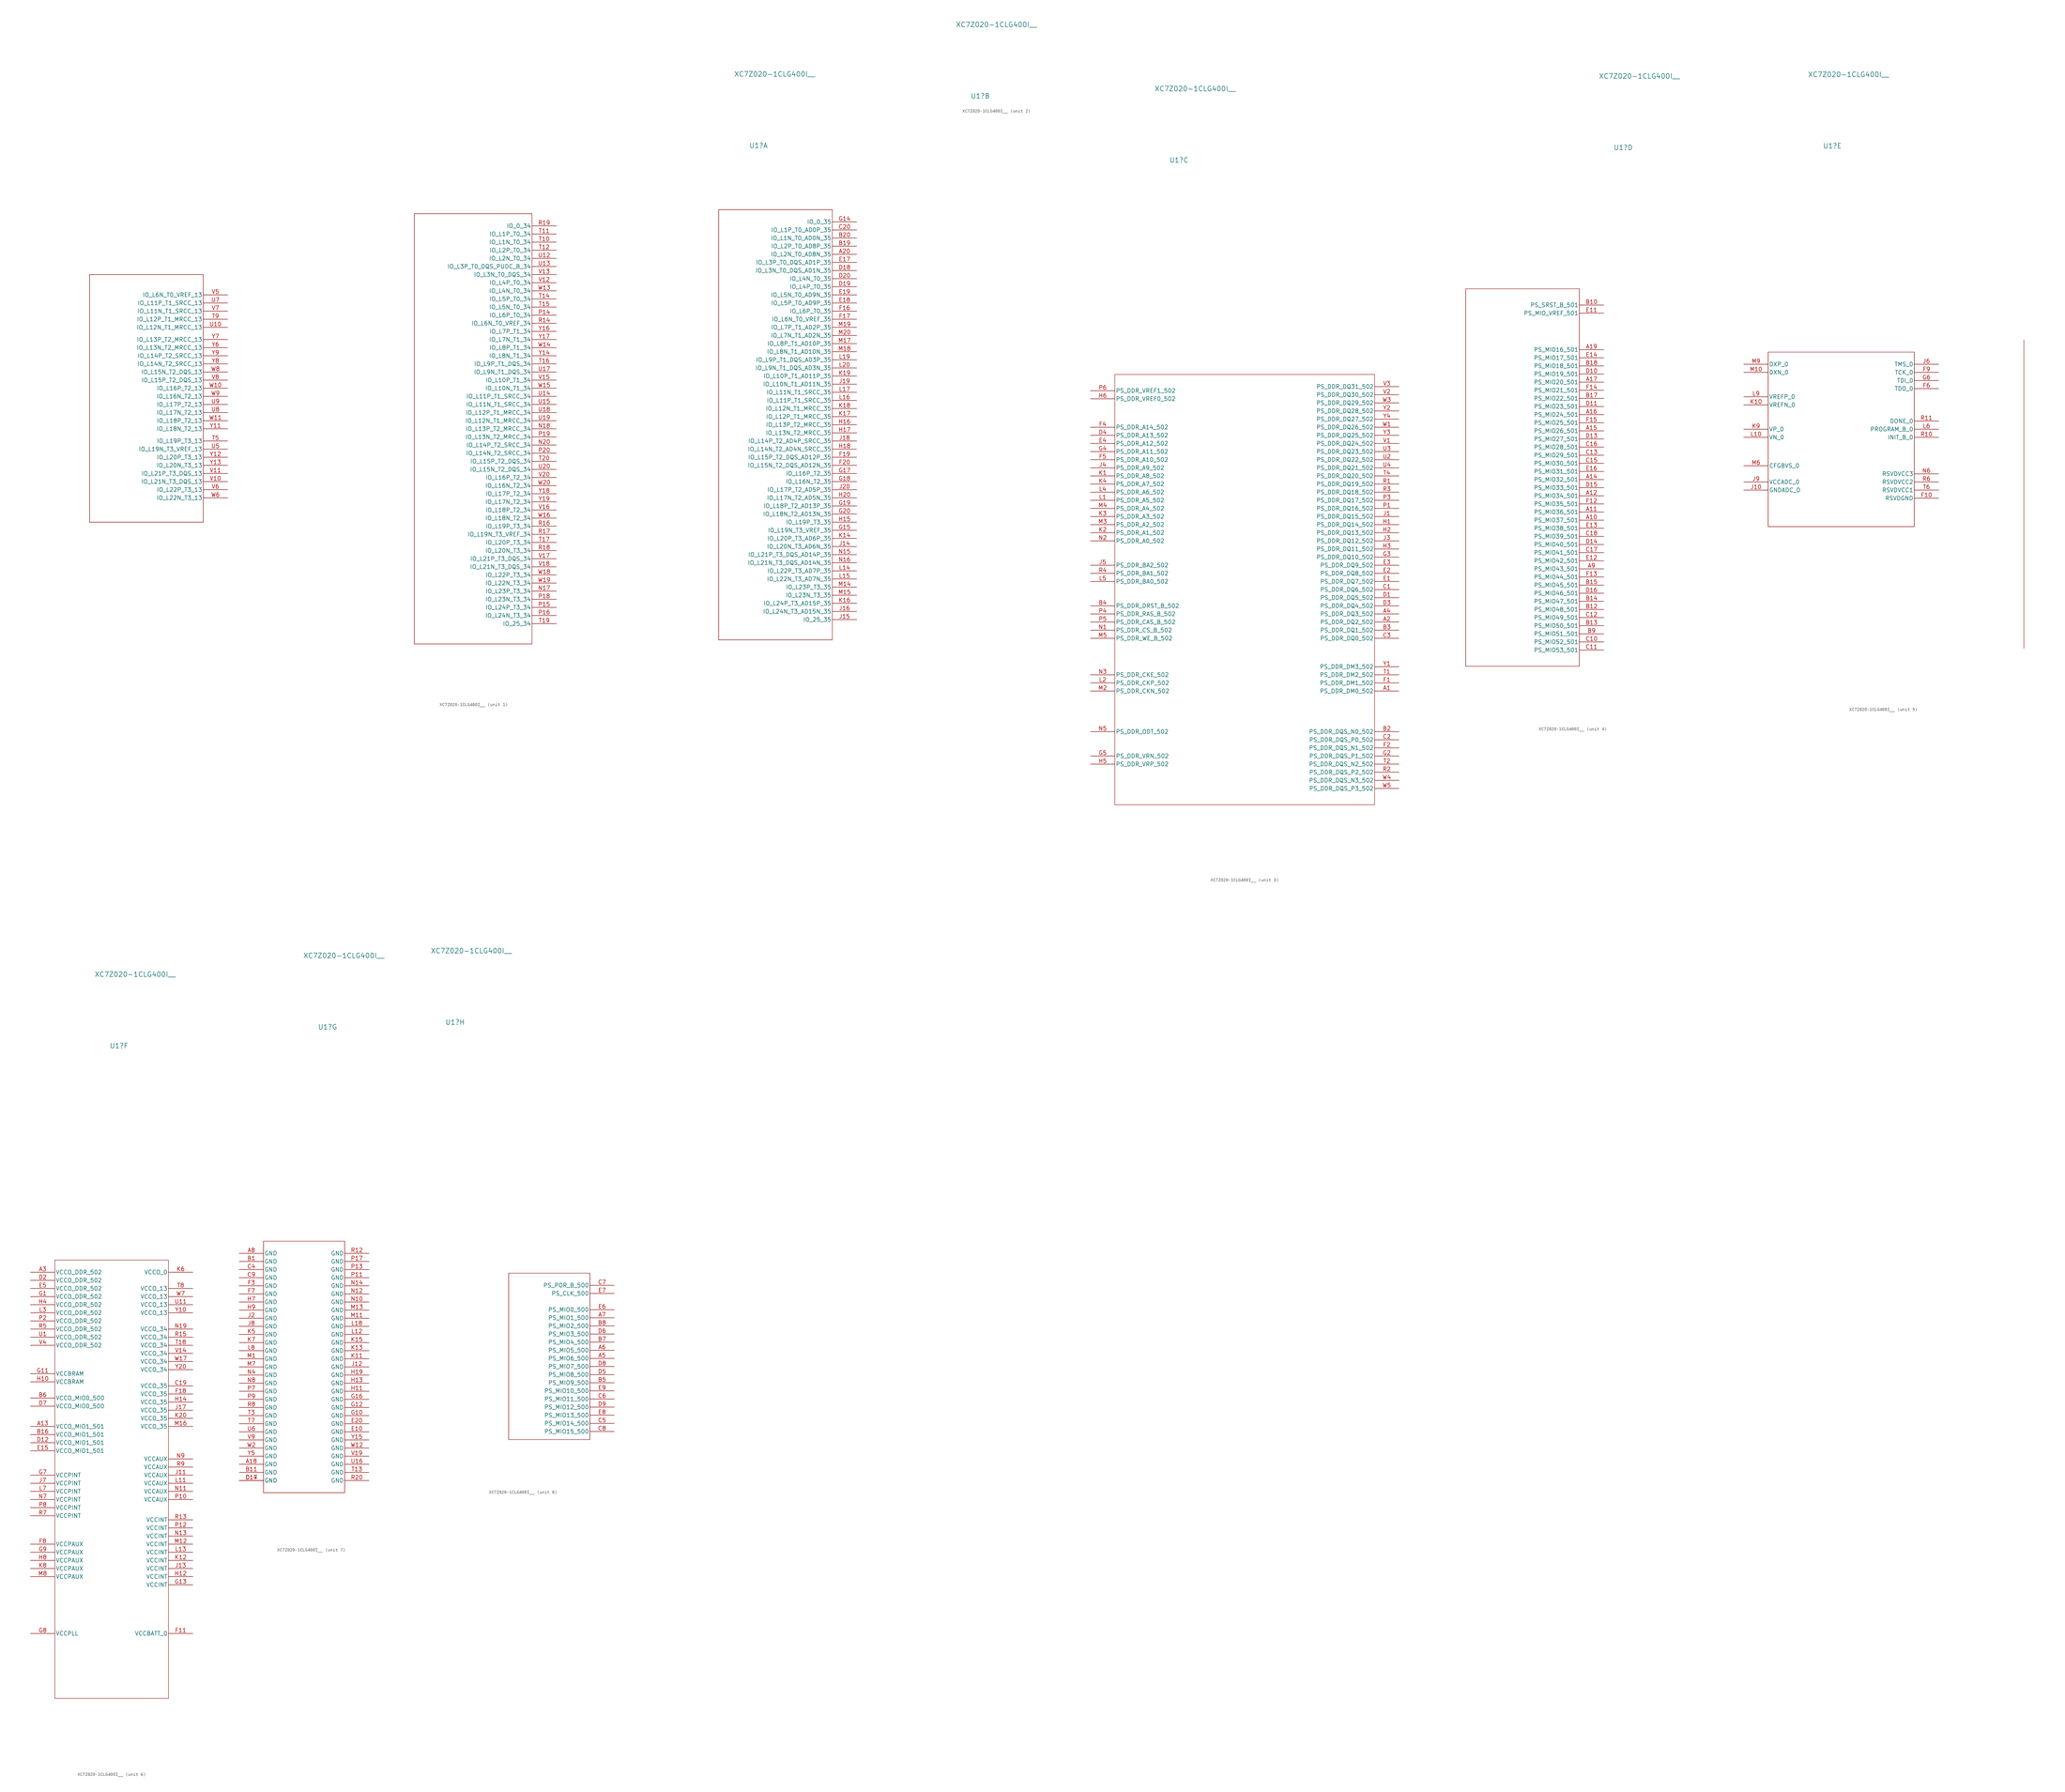
<source format=kicad_sym>
(kicad_symbol_lib
  (version 20231120)
  (generator "kicad_symbol_editor")
  (generator_version "8.0")
  (symbol "XC7Z020-1CLG400I__"
    (pin_names
      (offset 0.254))
    (property "Reference" "U1"
      (at 27.686 72.136 0)
      (effects (font (size 1.524 1.524))))
    (property "Value" "XC7Z020-1CLG400I__"
      (at 32.766 94.488 0)
      (effects (font (size 1.524 1.524))))
    (property "ki_locked" ""
      (at 0 0 0)
      (effects (font (size 1.27 1.27))))
    (symbol "XC7Z020-1CLG400I___1_1"
      (polyline (pts (xy -181.61 -45.72) (xy -146.05 -45.72)) (stroke (width 0) (type default)) (fill (type none)))
      (polyline (pts (xy -181.61 31.75) (xy -181.61 -45.72)) (stroke (width 0) (type default)) (fill (type none)))
      (polyline (pts (xy -181.61 31.75) (xy -146.05 31.75)) (stroke (width 0) (type default)) (fill (type none)))
      (polyline (pts (xy -146.05 31.75) (xy -146.05 -45.72)) (stroke (width 0) (type default)) (fill (type none)))
      (polyline (pts (xy -80.01 -83.82) (xy -43.18 -83.82)) (stroke (width 0) (type default)) (fill (type none)))
      (polyline (pts (xy -80.01 50.8) (xy -80.01 -83.82)) (stroke (width 0) (type default)) (fill (type none)))
      (polyline (pts (xy -80.01 50.8) (xy -80.01 50.8)) (stroke (width 0) (type default)) (fill (type none)))
      (polyline (pts (xy -43.18 50.8) (xy -80.01 50.8)) (stroke (width 0) (type default)) (fill (type none)))
      (polyline (pts (xy -43.18 50.8) (xy -43.18 -83.82)) (stroke (width 0.127) (type default)) (fill (type none)))
      (polyline (pts (xy 15.24 52.07) (xy 15.24 -82.55)) (stroke (width 0) (type default)) (fill (type none)))
      (polyline (pts (xy 50.8 -82.55) (xy 15.24 -82.55)) (stroke (width 0) (type default)) (fill (type none)))
      (polyline (pts (xy 50.8 -82.55) (xy 50.8 52.07)) (stroke (width 0.127) (type default)) (fill (type none)))
      (polyline (pts (xy 50.8 52.07) (xy 15.24 52.07)) (stroke (width 0) (type default)) (fill (type none)))
      (pin bidirectional line (at 58.42 38.1 180) (length 7.62) (name "IO_L2N_T0_AD8N_35" (effects (font (size 1.27 1.27)))) (number "A20" (effects (font (size 1.27 1.27)))))
      (pin bidirectional line (at 58.42 40.64 180) (length 7.62) (name "IO_L2P_T0_AD8P_35" (effects (font (size 1.27 1.27)))) (number "B19" (effects (font (size 1.27 1.27)))))
      (pin bidirectional line (at 58.42 43.18 180) (length 7.62) (name "IO_L1N_T0_AD0N_35" (effects (font (size 1.27 1.27)))) (number "B20" (effects (font (size 1.27 1.27)))))
      (pin bidirectional line (at 58.42 45.72 180) (length 7.62) (name "IO_L1P_T0_AD0P_35" (effects (font (size 1.27 1.27)))) (number "C20" (effects (font (size 1.27 1.27)))))
      (pin bidirectional line (at 58.42 33.02 180) (length 7.62) (name "IO_L3N_T0_DQS_AD1N_35" (effects (font (size 1.27 1.27)))) (number "D18" (effects (font (size 1.27 1.27)))))
      (pin bidirectional line (at 58.42 27.94 180) (length 7.62) (name "IO_L4P_T0_35" (effects (font (size 1.27 1.27)))) (number "D19" (effects (font (size 1.27 1.27)))))
      (pin bidirectional line (at 58.42 30.48 180) (length 7.62) (name "IO_L4N_T0_35" (effects (font (size 1.27 1.27)))) (number "D20" (effects (font (size 1.27 1.27)))))
      (pin bidirectional line (at 58.42 35.56 180) (length 7.62) (name "IO_L3P_T0_DQS_AD1P_35" (effects (font (size 1.27 1.27)))) (number "E17" (effects (font (size 1.27 1.27)))))
      (pin bidirectional line (at 58.42 22.86 180) (length 7.62) (name "IO_L5P_T0_AD9P_35" (effects (font (size 1.27 1.27)))) (number "E18" (effects (font (size 1.27 1.27)))))
      (pin bidirectional line (at 58.42 25.4 180) (length 7.62) (name "IO_L5N_T0_AD9N_35" (effects (font (size 1.27 1.27)))) (number "E19" (effects (font (size 1.27 1.27)))))
      (pin bidirectional line (at 58.42 20.32 180) (length 7.62) (name "IO_L6P_T0_35" (effects (font (size 1.27 1.27)))) (number "F16" (effects (font (size 1.27 1.27)))))
      (pin bidirectional line (at 58.42 17.78 180) (length 7.62) (name "IO_L6N_T0_VREF_35" (effects (font (size 1.27 1.27)))) (number "F17" (effects (font (size 1.27 1.27)))))
      (pin bidirectional line (at 58.42 -25.4 180) (length 7.62) (name "IO_L15P_T2_DQS_AD12P_35" (effects (font (size 1.27 1.27)))) (number "F19" (effects (font (size 1.27 1.27)))))
      (pin bidirectional line (at 58.42 -27.94 180) (length 7.62) (name "IO_L15N_T2_DQS_AD12N_35" (effects (font (size 1.27 1.27)))) (number "F20" (effects (font (size 1.27 1.27)))))
      (pin bidirectional line (at 58.42 48.26 180) (length 7.62) (name "IO_0_35" (effects (font (size 1.27 1.27)))) (number "G14" (effects (font (size 1.27 1.27)))))
      (pin bidirectional line (at 58.42 -48.26 180) (length 7.62) (name "IO_L19N_T3_VREF_35" (effects (font (size 1.27 1.27)))) (number "G15" (effects (font (size 1.27 1.27)))))
      (pin bidirectional line (at 58.42 -30.48 180) (length 7.62) (name "IO_L16P_T2_35" (effects (font (size 1.27 1.27)))) (number "G17" (effects (font (size 1.27 1.27)))))
      (pin bidirectional line (at 58.42 -33.02 180) (length 7.62) (name "IO_L16N_T2_35" (effects (font (size 1.27 1.27)))) (number "G18" (effects (font (size 1.27 1.27)))))
      (pin bidirectional line (at 58.42 -40.64 180) (length 7.62) (name "IO_L18P_T2_AD13P_35" (effects (font (size 1.27 1.27)))) (number "G19" (effects (font (size 1.27 1.27)))))
      (pin bidirectional line (at 58.42 -43.18 180) (length 7.62) (name "IO_L18N_T2_AD13N_35" (effects (font (size 1.27 1.27)))) (number "G20" (effects (font (size 1.27 1.27)))))
      (pin bidirectional line (at 58.42 -45.72 180) (length 7.62) (name "IO_L19P_T3_35" (effects (font (size 1.27 1.27)))) (number "H15" (effects (font (size 1.27 1.27)))))
      (pin bidirectional line (at 58.42 -15.24 180) (length 7.62) (name "IO_L13P_T2_MRCC_35" (effects (font (size 1.27 1.27)))) (number "H16" (effects (font (size 1.27 1.27)))))
      (pin bidirectional line (at 58.42 -17.78 180) (length 7.62) (name "IO_L13N_T2_MRCC_35" (effects (font (size 1.27 1.27)))) (number "H17" (effects (font (size 1.27 1.27)))))
      (pin bidirectional line (at 58.42 -22.86 180) (length 7.62) (name "IO_L14N_T2_AD4N_SRCC_35" (effects (font (size 1.27 1.27)))) (number "H18" (effects (font (size 1.27 1.27)))))
      (pin bidirectional line (at 58.42 -38.1 180) (length 7.62) (name "IO_L17N_T2_AD5N_35" (effects (font (size 1.27 1.27)))) (number "H20" (effects (font (size 1.27 1.27)))))
      (pin bidirectional line (at 58.42 -53.34 180) (length 7.62) (name "IO_L20N_T3_AD6N_35" (effects (font (size 1.27 1.27)))) (number "J14" (effects (font (size 1.27 1.27)))))
      (pin bidirectional line (at 58.42 -76.2 180) (length 7.62) (name "IO_25_35" (effects (font (size 1.27 1.27)))) (number "J15" (effects (font (size 1.27 1.27)))))
      (pin bidirectional line (at 58.42 -73.66 180) (length 7.62) (name "IO_L24N_T3_AD15N_35" (effects (font (size 1.27 1.27)))) (number "J16" (effects (font (size 1.27 1.27)))))
      (pin bidirectional line (at 58.42 -20.32 180) (length 7.62) (name "IO_L14P_T2_AD4P_SRCC_35" (effects (font (size 1.27 1.27)))) (number "J18" (effects (font (size 1.27 1.27)))))
      (pin bidirectional line (at 58.42 -2.54 180) (length 7.62) (name "IO_L10N_T1_AD11N_35" (effects (font (size 1.27 1.27)))) (number "J19" (effects (font (size 1.27 1.27)))))
      (pin bidirectional line (at 58.42 -35.56 180) (length 7.62) (name "IO_L17P_T2_AD5P_35" (effects (font (size 1.27 1.27)))) (number "J20" (effects (font (size 1.27 1.27)))))
      (pin bidirectional line (at 58.42 -50.8 180) (length 7.62) (name "IO_L20P_T3_AD6P_35" (effects (font (size 1.27 1.27)))) (number "K14" (effects (font (size 1.27 1.27)))))
      (pin bidirectional line (at 58.42 -71.12 180) (length 7.62) (name "IO_L24P_T3_AD15P_35" (effects (font (size 1.27 1.27)))) (number "K16" (effects (font (size 1.27 1.27)))))
      (pin bidirectional line (at 58.42 -12.7 180) (length 7.62) (name "IO_L12P_T1_MRCC_35" (effects (font (size 1.27 1.27)))) (number "K17" (effects (font (size 1.27 1.27)))))
      (pin bidirectional line (at 58.42 -10.16 180) (length 7.62) (name "IO_L12N_T1_MRCC_35" (effects (font (size 1.27 1.27)))) (number "K18" (effects (font (size 1.27 1.27)))))
      (pin bidirectional line (at 58.42 0 180) (length 7.62) (name "IO_L10P_T1_AD11P_35" (effects (font (size 1.27 1.27)))) (number "K19" (effects (font (size 1.27 1.27)))))
      (pin bidirectional line (at 58.42 -60.96 180) (length 7.62) (name "IO_L22P_T3_AD7P_35" (effects (font (size 1.27 1.27)))) (number "L14" (effects (font (size 1.27 1.27)))))
      (pin bidirectional line (at 58.42 -63.5 180) (length 7.62) (name "IO_L22N_T3_AD7N_35" (effects (font (size 1.27 1.27)))) (number "L15" (effects (font (size 1.27 1.27)))))
      (pin bidirectional line (at 58.42 -7.62 180) (length 7.62) (name "IO_L11P_T1_SRCC_35" (effects (font (size 1.27 1.27)))) (number "L16" (effects (font (size 1.27 1.27)))))
      (pin bidirectional line (at 58.42 -5.08 180) (length 7.62) (name "IO_L11N_T1_SRCC_35" (effects (font (size 1.27 1.27)))) (number "L17" (effects (font (size 1.27 1.27)))))
      (pin bidirectional line (at 58.42 5.08 180) (length 7.62) (name "IO_L9P_T1_DQS_AD3P_35" (effects (font (size 1.27 1.27)))) (number "L19" (effects (font (size 1.27 1.27)))))
      (pin bidirectional line (at 58.42 2.54 180) (length 7.62) (name "IO_L9N_T1_DQS_AD3N_35" (effects (font (size 1.27 1.27)))) (number "L20" (effects (font (size 1.27 1.27)))))
      (pin bidirectional line (at 58.42 -66.04 180) (length 7.62) (name "IO_L23P_T3_35" (effects (font (size 1.27 1.27)))) (number "M14" (effects (font (size 1.27 1.27)))))
      (pin bidirectional line (at 58.42 -68.58 180) (length 7.62) (name "IO_L23N_T3_35" (effects (font (size 1.27 1.27)))) (number "M15" (effects (font (size 1.27 1.27)))))
      (pin bidirectional line (at 58.42 10.16 180) (length 7.62) (name "IO_L8P_T1_AD10P_35" (effects (font (size 1.27 1.27)))) (number "M17" (effects (font (size 1.27 1.27)))))
      (pin bidirectional line (at 58.42 7.62 180) (length 7.62) (name "IO_L8N_T1_AD10N_35" (effects (font (size 1.27 1.27)))) (number "M18" (effects (font (size 1.27 1.27)))))
      (pin bidirectional line (at 58.42 15.24 180) (length 7.62) (name "IO_L7P_T1_AD2P_35" (effects (font (size 1.27 1.27)))) (number "M19" (effects (font (size 1.27 1.27)))))
      (pin bidirectional line (at 58.42 12.7 180) (length 7.62) (name "IO_L7N_T1_AD2N_35" (effects (font (size 1.27 1.27)))) (number "M20" (effects (font (size 1.27 1.27)))))
      (pin bidirectional line (at 58.42 -55.88 180) (length 7.62) (name "IO_L21P_T3_DQS_AD14P_35" (effects (font (size 1.27 1.27)))) (number "N15" (effects (font (size 1.27 1.27)))))
      (pin bidirectional line (at 58.42 -58.42 180) (length 7.62) (name "IO_L21N_T3_DQS_AD14N_35" (effects (font (size 1.27 1.27)))) (number "N16" (effects (font (size 1.27 1.27)))))
      (pin bidirectional line (at -35.56 -67.31 180) (length 7.62) (name "IO_L23P_T3_34" (effects (font (size 1.27 1.27)))) (number "N17" (effects (font (size 1.27 1.27)))))
      (pin bidirectional line (at -35.56 -16.51 180) (length 7.62) (name "IO_L13P_T2_MRCC_34" (effects (font (size 1.27 1.27)))) (number "N18" (effects (font (size 1.27 1.27)))))
      (pin bidirectional line (at -35.56 -21.59 180) (length 7.62) (name "IO_L14P_T2_SRCC_34" (effects (font (size 1.27 1.27)))) (number "N20" (effects (font (size 1.27 1.27)))))
      (pin bidirectional line (at -35.56 19.05 180) (length 7.62) (name "IO_L6P_T0_34" (effects (font (size 1.27 1.27)))) (number "P14" (effects (font (size 1.27 1.27)))))
      (pin bidirectional line (at -35.56 -72.39 180) (length 7.62) (name "IO_L24P_T3_34" (effects (font (size 1.27 1.27)))) (number "P15" (effects (font (size 1.27 1.27)))))
      (pin bidirectional line (at -35.56 -74.93 180) (length 7.62) (name "IO_L24N_T3_34" (effects (font (size 1.27 1.27)))) (number "P16" (effects (font (size 1.27 1.27)))))
      (pin bidirectional line (at -35.56 -69.85 180) (length 7.62) (name "IO_L23N_T3_34" (effects (font (size 1.27 1.27)))) (number "P18" (effects (font (size 1.27 1.27)))))
      (pin bidirectional line (at -35.56 -19.05 180) (length 7.62) (name "IO_L13N_T2_MRCC_34" (effects (font (size 1.27 1.27)))) (number "P19" (effects (font (size 1.27 1.27)))))
      (pin bidirectional line (at -35.56 -24.13 180) (length 7.62) (name "IO_L14N_T2_SRCC_34" (effects (font (size 1.27 1.27)))) (number "P20" (effects (font (size 1.27 1.27)))))
      (pin bidirectional line (at -35.56 16.51 180) (length 7.62) (name "IO_L6N_T0_VREF_34" (effects (font (size 1.27 1.27)))) (number "R14" (effects (font (size 1.27 1.27)))))
      (pin bidirectional line (at -35.56 -46.99 180) (length 7.62) (name "IO_L19P_T3_34" (effects (font (size 1.27 1.27)))) (number "R16" (effects (font (size 1.27 1.27)))))
      (pin bidirectional line (at -35.56 -49.53 180) (length 7.62) (name "IO_L19N_T3_VREF_34" (effects (font (size 1.27 1.27)))) (number "R17" (effects (font (size 1.27 1.27)))))
      (pin bidirectional line (at -35.56 -54.61 180) (length 7.62) (name "IO_L20N_T3_34" (effects (font (size 1.27 1.27)))) (number "R18" (effects (font (size 1.27 1.27)))))
      (pin bidirectional line (at -35.56 46.99 180) (length 7.62) (name "IO_0_34" (effects (font (size 1.27 1.27)))) (number "R19" (effects (font (size 1.27 1.27)))))
      (pin bidirectional line (at -35.56 41.91 180) (length 7.62) (name "IO_L1N_T0_34" (effects (font (size 1.27 1.27)))) (number "T10" (effects (font (size 1.27 1.27)))))
      (pin bidirectional line (at -35.56 44.45 180) (length 7.62) (name "IO_L1P_T0_34" (effects (font (size 1.27 1.27)))) (number "T11" (effects (font (size 1.27 1.27)))))
      (pin bidirectional line (at -35.56 39.37 180) (length 7.62) (name "IO_L2P_T0_34" (effects (font (size 1.27 1.27)))) (number "T12" (effects (font (size 1.27 1.27)))))
      (pin bidirectional line (at -35.56 24.13 180) (length 7.62) (name "IO_L5P_T0_34" (effects (font (size 1.27 1.27)))) (number "T14" (effects (font (size 1.27 1.27)))))
      (pin bidirectional line (at -35.56 21.59 180) (length 7.62) (name "IO_L5N_T0_34" (effects (font (size 1.27 1.27)))) (number "T15" (effects (font (size 1.27 1.27)))))
      (pin bidirectional line (at -35.56 3.81 180) (length 7.62) (name "IO_L9P_T1_DQS_34" (effects (font (size 1.27 1.27)))) (number "T16" (effects (font (size 1.27 1.27)))))
      (pin bidirectional line (at -35.56 -52.07 180) (length 7.62) (name "IO_L20P_T3_34" (effects (font (size 1.27 1.27)))) (number "T17" (effects (font (size 1.27 1.27)))))
      (pin bidirectional line (at -35.56 -77.47 180) (length 7.62) (name "IO_25_34" (effects (font (size 1.27 1.27)))) (number "T19" (effects (font (size 1.27 1.27)))))
      (pin bidirectional line (at -35.56 -26.67 180) (length 7.62) (name "IO_L15P_T2_DQS_34" (effects (font (size 1.27 1.27)))) (number "T20" (effects (font (size 1.27 1.27)))))
      (pin bidirectional line (at -138.43 -20.32 180) (length 7.62) (name "IO_L19P_T3_13" (effects (font (size 1.27 1.27)))) (number "T5" (effects (font (size 1.27 1.27)))))
      (pin bidirectional line (at -138.43 17.78 180) (length 7.62) (name "IO_L12P_T1_MRCC_13" (effects (font (size 1.27 1.27)))) (number "T9" (effects (font (size 1.27 1.27)))))
      (pin bidirectional line (at -138.43 15.24 180) (length 7.62) (name "IO_L12N_T1_MRCC_13" (effects (font (size 1.27 1.27)))) (number "U10" (effects (font (size 1.27 1.27)))))
      (pin bidirectional line (at -35.56 36.83 180) (length 7.62) (name "IO_L2N_T0_34" (effects (font (size 1.27 1.27)))) (number "U12" (effects (font (size 1.27 1.27)))))
      (pin bidirectional line (at -35.56 34.29 180) (length 7.62) (name "IO_L3P_T0_DQS_PUDC_B_34" (effects (font (size 1.27 1.27)))) (number "U13" (effects (font (size 1.27 1.27)))))
      (pin bidirectional line (at -35.56 -6.35 180) (length 7.62) (name "IO_L11P_T1_SRCC_34" (effects (font (size 1.27 1.27)))) (number "U14" (effects (font (size 1.27 1.27)))))
      (pin bidirectional line (at -35.56 -8.89 180) (length 7.62) (name "IO_L11N_T1_SRCC_34" (effects (font (size 1.27 1.27)))) (number "U15" (effects (font (size 1.27 1.27)))))
      (pin bidirectional line (at -35.56 1.27 180) (length 7.62) (name "IO_L9N_T1_DQS_34" (effects (font (size 1.27 1.27)))) (number "U17" (effects (font (size 1.27 1.27)))))
      (pin bidirectional line (at -35.56 -11.43 180) (length 7.62) (name "IO_L12P_T1_MRCC_34" (effects (font (size 1.27 1.27)))) (number "U18" (effects (font (size 1.27 1.27)))))
      (pin bidirectional line (at -35.56 -13.97 180) (length 7.62) (name "IO_L12N_T1_MRCC_34" (effects (font (size 1.27 1.27)))) (number "U19" (effects (font (size 1.27 1.27)))))
      (pin bidirectional line (at -35.56 -29.21 180) (length 7.62) (name "IO_L15N_T2_DQS_34" (effects (font (size 1.27 1.27)))) (number "U20" (effects (font (size 1.27 1.27)))))
      (pin bidirectional line (at -138.43 -22.86 180) (length 7.62) (name "IO_L19N_T3_VREF_13" (effects (font (size 1.27 1.27)))) (number "U5" (effects (font (size 1.27 1.27)))))
      (pin bidirectional line (at -138.43 22.86 180) (length 7.62) (name "IO_L11P_T1_SRCC_13" (effects (font (size 1.27 1.27)))) (number "U7" (effects (font (size 1.27 1.27)))))
      (pin bidirectional line (at -138.43 -11.43 180) (length 7.62) (name "IO_L17N_T2_13" (effects (font (size 1.27 1.27)))) (number "U8" (effects (font (size 1.27 1.27)))))
      (pin bidirectional line (at -138.43 -8.89 180) (length 7.62) (name "IO_L17P_T2_13" (effects (font (size 1.27 1.27)))) (number "U9" (effects (font (size 1.27 1.27)))))
      (pin bidirectional line (at -138.43 -33.02 180) (length 7.62) (name "IO_L21N_T3_DQS_13" (effects (font (size 1.27 1.27)))) (number "V10" (effects (font (size 1.27 1.27)))))
      (pin bidirectional line (at -138.43 -30.48 180) (length 7.62) (name "IO_L21P_T3_DQS_13" (effects (font (size 1.27 1.27)))) (number "V11" (effects (font (size 1.27 1.27)))))
      (pin bidirectional line (at -35.56 29.21 180) (length 7.62) (name "IO_L4P_T0_34" (effects (font (size 1.27 1.27)))) (number "V12" (effects (font (size 1.27 1.27)))))
      (pin bidirectional line (at -35.56 31.75 180) (length 7.62) (name "IO_L3N_T0_DQS_34" (effects (font (size 1.27 1.27)))) (number "V13" (effects (font (size 1.27 1.27)))))
      (pin bidirectional line (at -35.56 -1.27 180) (length 7.62) (name "IO_L10P_T1_34" (effects (font (size 1.27 1.27)))) (number "V15" (effects (font (size 1.27 1.27)))))
      (pin bidirectional line (at -35.56 -41.91 180) (length 7.62) (name "IO_L18P_T2_34" (effects (font (size 1.27 1.27)))) (number "V16" (effects (font (size 1.27 1.27)))))
      (pin bidirectional line (at -35.56 -57.15 180) (length 7.62) (name "IO_L21P_T3_DQS_34" (effects (font (size 1.27 1.27)))) (number "V17" (effects (font (size 1.27 1.27)))))
      (pin bidirectional line (at -35.56 -59.69 180) (length 7.62) (name "IO_L21N_T3_DQS_34" (effects (font (size 1.27 1.27)))) (number "V18" (effects (font (size 1.27 1.27)))))
      (pin bidirectional line (at -35.56 -31.75 180) (length 7.62) (name "IO_L16P_T2_34" (effects (font (size 1.27 1.27)))) (number "V20" (effects (font (size 1.27 1.27)))))
      (pin bidirectional line (at -138.43 25.4 180) (length 7.62) (name "IO_L6N_T0_VREF_13" (effects (font (size 1.27 1.27)))) (number "V5" (effects (font (size 1.27 1.27)))))
      (pin bidirectional line (at -138.43 -35.56 180) (length 7.62) (name "IO_L22P_T3_13" (effects (font (size 1.27 1.27)))) (number "V6" (effects (font (size 1.27 1.27)))))
      (pin bidirectional line (at -138.43 20.32 180) (length 7.62) (name "IO_L11N_T1_SRCC_13" (effects (font (size 1.27 1.27)))) (number "V7" (effects (font (size 1.27 1.27)))))
      (pin bidirectional line (at -138.43 -1.27 180) (length 7.62) (name "IO_L15P_T2_DQS_13" (effects (font (size 1.27 1.27)))) (number "V8" (effects (font (size 1.27 1.27)))))
      (pin bidirectional line (at -138.43 -3.81 180) (length 7.62) (name "IO_L16P_T2_13" (effects (font (size 1.27 1.27)))) (number "W10" (effects (font (size 1.27 1.27)))))
      (pin bidirectional line (at -138.43 -13.97 180) (length 7.62) (name "IO_L18P_T2_13" (effects (font (size 1.27 1.27)))) (number "W11" (effects (font (size 1.27 1.27)))))
      (pin bidirectional line (at -35.56 26.67 180) (length 7.62) (name "IO_L4N_T0_34" (effects (font (size 1.27 1.27)))) (number "W13" (effects (font (size 1.27 1.27)))))
      (pin bidirectional line (at -35.56 8.89 180) (length 7.62) (name "IO_L8P_T1_34" (effects (font (size 1.27 1.27)))) (number "W14" (effects (font (size 1.27 1.27)))))
      (pin bidirectional line (at -35.56 -3.81 180) (length 7.62) (name "IO_L10N_T1_34" (effects (font (size 1.27 1.27)))) (number "W15" (effects (font (size 1.27 1.27)))))
      (pin bidirectional line (at -35.56 -44.45 180) (length 7.62) (name "IO_L18N_T2_34" (effects (font (size 1.27 1.27)))) (number "W16" (effects (font (size 1.27 1.27)))))
      (pin bidirectional line (at -35.56 -62.23 180) (length 7.62) (name "IO_L22P_T3_34" (effects (font (size 1.27 1.27)))) (number "W18" (effects (font (size 1.27 1.27)))))
      (pin bidirectional line (at -35.56 -64.77 180) (length 7.62) (name "IO_L22N_T3_34" (effects (font (size 1.27 1.27)))) (number "W19" (effects (font (size 1.27 1.27)))))
      (pin bidirectional line (at -35.56 -34.29 180) (length 7.62) (name "IO_L16N_T2_34" (effects (font (size 1.27 1.27)))) (number "W20" (effects (font (size 1.27 1.27)))))
      (pin bidirectional line (at -138.43 -38.1 180) (length 7.62) (name "IO_L22N_T3_13" (effects (font (size 1.27 1.27)))) (number "W6" (effects (font (size 1.27 1.27)))))
      (pin bidirectional line (at -138.43 1.27 180) (length 7.62) (name "IO_L15N_T2_DQS_13" (effects (font (size 1.27 1.27)))) (number "W8" (effects (font (size 1.27 1.27)))))
      (pin bidirectional line (at -138.43 -6.35 180) (length 7.62) (name "IO_L16N_T2_13" (effects (font (size 1.27 1.27)))) (number "W9" (effects (font (size 1.27 1.27)))))
      (pin bidirectional line (at -138.43 -16.51 180) (length 7.62) (name "IO_L18N_T2_13" (effects (font (size 1.27 1.27)))) (number "Y11" (effects (font (size 1.27 1.27)))))
      (pin bidirectional line (at -138.43 -25.4 180) (length 7.62) (name "IO_L20P_T3_13" (effects (font (size 1.27 1.27)))) (number "Y12" (effects (font (size 1.27 1.27)))))
      (pin bidirectional line (at -138.43 -27.94 180) (length 7.62) (name "IO_L20N_T3_13" (effects (font (size 1.27 1.27)))) (number "Y13" (effects (font (size 1.27 1.27)))))
      (pin bidirectional line (at -35.56 6.35 180) (length 7.62) (name "IO_L8N_T1_34" (effects (font (size 1.27 1.27)))) (number "Y14" (effects (font (size 1.27 1.27)))))
      (pin bidirectional line (at -35.56 13.97 180) (length 7.62) (name "IO_L7P_T1_34" (effects (font (size 1.27 1.27)))) (number "Y16" (effects (font (size 1.27 1.27)))))
      (pin bidirectional line (at -35.56 11.43 180) (length 7.62) (name "IO_L7N_T1_34" (effects (font (size 1.27 1.27)))) (number "Y17" (effects (font (size 1.27 1.27)))))
      (pin bidirectional line (at -35.56 -36.83 180) (length 7.62) (name "IO_L17P_T2_34" (effects (font (size 1.27 1.27)))) (number "Y18" (effects (font (size 1.27 1.27)))))
      (pin bidirectional line (at -35.56 -39.37 180) (length 7.62) (name "IO_L17N_T2_34" (effects (font (size 1.27 1.27)))) (number "Y19" (effects (font (size 1.27 1.27)))))
      (pin bidirectional line (at -138.43 8.89 180) (length 7.62) (name "IO_L13N_T2_MRCC_13" (effects (font (size 1.27 1.27)))) (number "Y6" (effects (font (size 1.27 1.27)))))
      (pin bidirectional line (at -138.43 11.43 180) (length 7.62) (name "IO_L13P_T2_MRCC_13" (effects (font (size 1.27 1.27)))) (number "Y7" (effects (font (size 1.27 1.27)))))
      (pin bidirectional line (at -138.43 3.81 180) (length 7.62) (name "IO_L14N_T2_SRCC_13" (effects (font (size 1.27 1.27)))) (number "Y8" (effects (font (size 1.27 1.27)))))
      (pin bidirectional line (at -138.43 6.35 180) (length 7.62) (name "IO_L14P_T2_SRCC_13" (effects (font (size 1.27 1.27)))) (number "Y9" (effects (font (size 1.27 1.27))))))
    (symbol "XC7Z020-1CLG400I___3_1"
      (polyline (pts (xy 7.62 -129.54) (xy 88.9 -129.54)) (stroke (width 0.127) (type default)) (fill (type none)))
      (polyline (pts (xy 7.62 5.08) (xy 7.62 -129.54)) (stroke (width 0.127) (type default)) (fill (type none)))
      (polyline (pts (xy 88.9 -129.54) (xy 88.9 5.08)) (stroke (width 0.127) (type default)) (fill (type none)))
      (polyline (pts (xy 88.9 5.08) (xy 7.62 5.08)) (stroke (width 0.127) (type default)) (fill (type none)))
      (pin output line (at 96.52 -93.98 180) (length 7.62) (name "PS_DDR_DM0_502" (effects (font (size 1.27 1.27)))) (number "A1" (effects (font (size 1.27 1.27)))))
      (pin bidirectional line (at 96.52 -72.39 180) (length 7.62) (name "PS_DDR_DQ2_502" (effects (font (size 1.27 1.27)))) (number "A2" (effects (font (size 1.27 1.27)))))
      (pin bidirectional line (at 96.52 -69.85 180) (length 7.62) (name "PS_DDR_DQ3_502" (effects (font (size 1.27 1.27)))) (number "A4" (effects (font (size 1.27 1.27)))))
      (pin bidirectional line (at 96.52 -106.68 180) (length 7.62) (name "PS_DDR_DQS_N0_502" (effects (font (size 1.27 1.27)))) (number "B2" (effects (font (size 1.27 1.27)))))
      (pin bidirectional line (at 96.52 -74.93 180) (length 7.62) (name "PS_DDR_DQ1_502" (effects (font (size 1.27 1.27)))) (number "B3" (effects (font (size 1.27 1.27)))))
      (pin output line (at 0 -67.31 0) (length 7.62) (name "PS_DDR_DRST_B_502" (effects (font (size 1.27 1.27)))) (number "B4" (effects (font (size 1.27 1.27)))))
      (pin bidirectional line (at 96.52 -62.23 180) (length 7.62) (name "PS_DDR_DQ6_502" (effects (font (size 1.27 1.27)))) (number "C1" (effects (font (size 1.27 1.27)))))
      (pin bidirectional line (at 96.52 -109.22 180) (length 7.62) (name "PS_DDR_DQS_P0_502" (effects (font (size 1.27 1.27)))) (number "C2" (effects (font (size 1.27 1.27)))))
      (pin bidirectional line (at 96.52 -77.47 180) (length 7.62) (name "PS_DDR_DQ0_502" (effects (font (size 1.27 1.27)))) (number "C3" (effects (font (size 1.27 1.27)))))
      (pin bidirectional line (at 96.52 -64.77 180) (length 7.62) (name "PS_DDR_DQ5_502" (effects (font (size 1.27 1.27)))) (number "D1" (effects (font (size 1.27 1.27)))))
      (pin bidirectional line (at 96.52 -67.31 180) (length 7.62) (name "PS_DDR_DQ4_502" (effects (font (size 1.27 1.27)))) (number "D3" (effects (font (size 1.27 1.27)))))
      (pin output line (at 0 -13.97 0) (length 7.62) (name "PS_DDR_A13_502" (effects (font (size 1.27 1.27)))) (number "D4" (effects (font (size 1.27 1.27)))))
      (pin bidirectional line (at 96.52 -59.69 180) (length 7.62) (name "PS_DDR_DQ7_502" (effects (font (size 1.27 1.27)))) (number "E1" (effects (font (size 1.27 1.27)))))
      (pin bidirectional line (at 96.52 -57.15 180) (length 7.62) (name "PS_DDR_DQ8_502" (effects (font (size 1.27 1.27)))) (number "E2" (effects (font (size 1.27 1.27)))))
      (pin bidirectional line (at 96.52 -54.61 180) (length 7.62) (name "PS_DDR_DQ9_502" (effects (font (size 1.27 1.27)))) (number "E3" (effects (font (size 1.27 1.27)))))
      (pin output line (at 0 -16.51 0) (length 7.62) (name "PS_DDR_A12_502" (effects (font (size 1.27 1.27)))) (number "E4" (effects (font (size 1.27 1.27)))))
      (pin output line (at 96.52 -91.44 180) (length 7.62) (name "PS_DDR_DM1_502" (effects (font (size 1.27 1.27)))) (number "F1" (effects (font (size 1.27 1.27)))))
      (pin bidirectional line (at 96.52 -111.76 180) (length 7.62) (name "PS_DDR_DQS_N1_502" (effects (font (size 1.27 1.27)))) (number "F2" (effects (font (size 1.27 1.27)))))
      (pin output line (at 0 -11.43 0) (length 7.62) (name "PS_DDR_A14_502" (effects (font (size 1.27 1.27)))) (number "F4" (effects (font (size 1.27 1.27)))))
      (pin output line (at 0 -21.59 0) (length 7.62) (name "PS_DDR_A10_502" (effects (font (size 1.27 1.27)))) (number "F5" (effects (font (size 1.27 1.27)))))
      (pin bidirectional line (at 96.52 -114.3 180) (length 7.62) (name "PS_DDR_DQS_P1_502" (effects (font (size 1.27 1.27)))) (number "G2" (effects (font (size 1.27 1.27)))))
      (pin bidirectional line (at 96.52 -52.07 180) (length 7.62) (name "PS_DDR_DQ10_502" (effects (font (size 1.27 1.27)))) (number "G3" (effects (font (size 1.27 1.27)))))
      (pin output line (at 0 -19.05 0) (length 7.62) (name "PS_DDR_A11_502" (effects (font (size 1.27 1.27)))) (number "G4" (effects (font (size 1.27 1.27)))))
      (pin output line (at 0 -114.3 0) (length 7.62) (name "PS_DDR_VRN_502" (effects (font (size 1.27 1.27)))) (number "G5" (effects (font (size 1.27 1.27)))))
      (pin bidirectional line (at 96.52 -41.91 180) (length 7.62) (name "PS_DDR_DQ14_502" (effects (font (size 1.27 1.27)))) (number "H1" (effects (font (size 1.27 1.27)))))
      (pin bidirectional line (at 96.52 -44.45 180) (length 7.62) (name "PS_DDR_DQ13_502" (effects (font (size 1.27 1.27)))) (number "H2" (effects (font (size 1.27 1.27)))))
      (pin bidirectional line (at 96.52 -49.53 180) (length 7.62) (name "PS_DDR_DQ11_502" (effects (font (size 1.27 1.27)))) (number "H3" (effects (font (size 1.27 1.27)))))
      (pin output line (at 0 -116.84 0) (length 7.62) (name "PS_DDR_VRP_502" (effects (font (size 1.27 1.27)))) (number "H5" (effects (font (size 1.27 1.27)))))
      (pin power_in line (at 0 -2.54 0) (length 7.62) (name "PS_DDR_VREF0_502" (effects (font (size 1.27 1.27)))) (number "H6" (effects (font (size 1.27 1.27)))))
      (pin bidirectional line (at 96.52 -39.37 180) (length 7.62) (name "PS_DDR_DQ15_502" (effects (font (size 1.27 1.27)))) (number "J1" (effects (font (size 1.27 1.27)))))
      (pin bidirectional line (at 96.52 -46.99 180) (length 7.62) (name "PS_DDR_DQ12_502" (effects (font (size 1.27 1.27)))) (number "J3" (effects (font (size 1.27 1.27)))))
      (pin output line (at 0 -24.13 0) (length 7.62) (name "PS_DDR_A9_502" (effects (font (size 1.27 1.27)))) (number "J4" (effects (font (size 1.27 1.27)))))
      (pin output line (at 0 -54.61 0) (length 7.62) (name "PS_DDR_BA2_502" (effects (font (size 1.27 1.27)))) (number "J5" (effects (font (size 1.27 1.27)))))
      (pin output line (at 0 -26.67 0) (length 7.62) (name "PS_DDR_A8_502" (effects (font (size 1.27 1.27)))) (number "K1" (effects (font (size 1.27 1.27)))))
      (pin output line (at 0 -44.45 0) (length 7.62) (name "PS_DDR_A1_502" (effects (font (size 1.27 1.27)))) (number "K2" (effects (font (size 1.27 1.27)))))
      (pin output line (at 0 -39.37 0) (length 7.62) (name "PS_DDR_A3_502" (effects (font (size 1.27 1.27)))) (number "K3" (effects (font (size 1.27 1.27)))))
      (pin output line (at 0 -29.21 0) (length 7.62) (name "PS_DDR_A7_502" (effects (font (size 1.27 1.27)))) (number "K4" (effects (font (size 1.27 1.27)))))
      (pin output line (at 0 -34.29 0) (length 7.62) (name "PS_DDR_A5_502" (effects (font (size 1.27 1.27)))) (number "L1" (effects (font (size 1.27 1.27)))))
      (pin output line (at 0 -91.44 0) (length 7.62) (name "PS_DDR_CKP_502" (effects (font (size 1.27 1.27)))) (number "L2" (effects (font (size 1.27 1.27)))))
      (pin output line (at 0 -31.75 0) (length 7.62) (name "PS_DDR_A6_502" (effects (font (size 1.27 1.27)))) (number "L4" (effects (font (size 1.27 1.27)))))
      (pin output line (at 0 -59.69 0) (length 7.62) (name "PS_DDR_BA0_502" (effects (font (size 1.27 1.27)))) (number "L5" (effects (font (size 1.27 1.27)))))
      (pin output line (at 0 -93.98 0) (length 7.62) (name "PS_DDR_CKN_502" (effects (font (size 1.27 1.27)))) (number "M2" (effects (font (size 1.27 1.27)))))
      (pin output line (at 0 -41.91 0) (length 7.62) (name "PS_DDR_A2_502" (effects (font (size 1.27 1.27)))) (number "M3" (effects (font (size 1.27 1.27)))))
      (pin output line (at 0 -36.83 0) (length 7.62) (name "PS_DDR_A4_502" (effects (font (size 1.27 1.27)))) (number "M4" (effects (font (size 1.27 1.27)))))
      (pin output line (at 0 -77.47 0) (length 7.62) (name "PS_DDR_WE_B_502" (effects (font (size 1.27 1.27)))) (number "M5" (effects (font (size 1.27 1.27)))))
      (pin output line (at 0 -74.93 0) (length 7.62) (name "PS_DDR_CS_B_502" (effects (font (size 1.27 1.27)))) (number "N1" (effects (font (size 1.27 1.27)))))
      (pin output line (at 0 -46.99 0) (length 7.62) (name "PS_DDR_A0_502" (effects (font (size 1.27 1.27)))) (number "N2" (effects (font (size 1.27 1.27)))))
      (pin output line (at 0 -88.9 0) (length 7.62) (name "PS_DDR_CKE_502" (effects (font (size 1.27 1.27)))) (number "N3" (effects (font (size 1.27 1.27)))))
      (pin output line (at 0 -106.68 0) (length 7.62) (name "PS_DDR_ODT_502" (effects (font (size 1.27 1.27)))) (number "N5" (effects (font (size 1.27 1.27)))))
      (pin bidirectional line (at 96.52 -36.83 180) (length 7.62) (name "PS_DDR_DQ16_502" (effects (font (size 1.27 1.27)))) (number "P1" (effects (font (size 1.27 1.27)))))
      (pin bidirectional line (at 96.52 -34.29 180) (length 7.62) (name "PS_DDR_DQ17_502" (effects (font (size 1.27 1.27)))) (number "P3" (effects (font (size 1.27 1.27)))))
      (pin output line (at 0 -69.85 0) (length 7.62) (name "PS_DDR_RAS_B_502" (effects (font (size 1.27 1.27)))) (number "P4" (effects (font (size 1.27 1.27)))))
      (pin output line (at 0 -72.39 0) (length 7.62) (name "PS_DDR_CAS_B_502" (effects (font (size 1.27 1.27)))) (number "P5" (effects (font (size 1.27 1.27)))))
      (pin power_in line (at 0 0 0) (length 7.62) (name "PS_DDR_VREF1_502" (effects (font (size 1.27 1.27)))) (number "P6" (effects (font (size 1.27 1.27)))))
      (pin bidirectional line (at 96.52 -29.21 180) (length 7.62) (name "PS_DDR_DQ19_502" (effects (font (size 1.27 1.27)))) (number "R1" (effects (font (size 1.27 1.27)))))
      (pin bidirectional line (at 96.52 -119.38 180) (length 7.62) (name "PS_DDR_DQS_P2_502" (effects (font (size 1.27 1.27)))) (number "R2" (effects (font (size 1.27 1.27)))))
      (pin bidirectional line (at 96.52 -31.75 180) (length 7.62) (name "PS_DDR_DQ18_502" (effects (font (size 1.27 1.27)))) (number "R3" (effects (font (size 1.27 1.27)))))
      (pin output line (at 0 -57.15 0) (length 7.62) (name "PS_DDR_BA1_502" (effects (font (size 1.27 1.27)))) (number "R4" (effects (font (size 1.27 1.27)))))
      (pin output line (at 96.52 -88.9 180) (length 7.62) (name "PS_DDR_DM2_502" (effects (font (size 1.27 1.27)))) (number "T1" (effects (font (size 1.27 1.27)))))
      (pin bidirectional line (at 96.52 -116.84 180) (length 7.62) (name "PS_DDR_DQS_N2_502" (effects (font (size 1.27 1.27)))) (number "T2" (effects (font (size 1.27 1.27)))))
      (pin bidirectional line (at 96.52 -26.67 180) (length 7.62) (name "PS_DDR_DQ20_502" (effects (font (size 1.27 1.27)))) (number "T4" (effects (font (size 1.27 1.27)))))
      (pin bidirectional line (at 96.52 -21.59 180) (length 7.62) (name "PS_DDR_DQ22_502" (effects (font (size 1.27 1.27)))) (number "U2" (effects (font (size 1.27 1.27)))))
      (pin bidirectional line (at 96.52 -19.05 180) (length 7.62) (name "PS_DDR_DQ23_502" (effects (font (size 1.27 1.27)))) (number "U3" (effects (font (size 1.27 1.27)))))
      (pin bidirectional line (at 96.52 -24.13 180) (length 7.62) (name "PS_DDR_DQ21_502" (effects (font (size 1.27 1.27)))) (number "U4" (effects (font (size 1.27 1.27)))))
      (pin bidirectional line (at 96.52 -16.51 180) (length 7.62) (name "PS_DDR_DQ24_502" (effects (font (size 1.27 1.27)))) (number "V1" (effects (font (size 1.27 1.27)))))
      (pin bidirectional line (at 96.52 -1.27 180) (length 7.62) (name "PS_DDR_DQ30_502" (effects (font (size 1.27 1.27)))) (number "V2" (effects (font (size 1.27 1.27)))))
      (pin bidirectional line (at 96.52 1.27 180) (length 7.62) (name "PS_DDR_DQ31_502" (effects (font (size 1.27 1.27)))) (number "V3" (effects (font (size 1.27 1.27)))))
      (pin bidirectional line (at 96.52 -11.43 180) (length 7.62) (name "PS_DDR_DQ26_502" (effects (font (size 1.27 1.27)))) (number "W1" (effects (font (size 1.27 1.27)))))
      (pin bidirectional line (at 96.52 -3.81 180) (length 7.62) (name "PS_DDR_DQ29_502" (effects (font (size 1.27 1.27)))) (number "W3" (effects (font (size 1.27 1.27)))))
      (pin bidirectional line (at 96.52 -121.92 180) (length 7.62) (name "PS_DDR_DQS_N3_502" (effects (font (size 1.27 1.27)))) (number "W4" (effects (font (size 1.27 1.27)))))
      (pin bidirectional line (at 96.52 -124.46 180) (length 7.62) (name "PS_DDR_DQS_P3_502" (effects (font (size 1.27 1.27)))) (number "W5" (effects (font (size 1.27 1.27)))))
      (pin output line (at 96.52 -86.36 180) (length 7.62) (name "PS_DDR_DM3_502" (effects (font (size 1.27 1.27)))) (number "Y1" (effects (font (size 1.27 1.27)))))
      (pin bidirectional line (at 96.52 -6.35 180) (length 7.62) (name "PS_DDR_DQ28_502" (effects (font (size 1.27 1.27)))) (number "Y2" (effects (font (size 1.27 1.27)))))
      (pin bidirectional line (at 96.52 -13.97 180) (length 7.62) (name "PS_DDR_DQ25_502" (effects (font (size 1.27 1.27)))) (number "Y3" (effects (font (size 1.27 1.27)))))
      (pin bidirectional line (at 96.52 -8.89 180) (length 7.62) (name "PS_DDR_DQ27_502" (effects (font (size 1.27 1.27)))) (number "Y4" (effects (font (size 1.27 1.27))))))
    (symbol "XC7Z020-1CLG400I___4_1"
      (polyline (pts (xy -21.59 -90.17) (xy 13.97 -90.17)) (stroke (width 0.127) (type default)) (fill (type none)))
      (polyline (pts (xy -21.59 27.94) (xy -21.59 -90.17)) (stroke (width 0) (type default)) (fill (type none)))
      (polyline (pts (xy 13.97 27.94) (xy -21.59 27.94)) (stroke (width 0.127) (type default)) (fill (type none)))
      (polyline (pts (xy 13.97 27.94) (xy 13.97 -90.17)) (stroke (width 0) (type default)) (fill (type none)))
      (pin bidirectional line (at 21.59 -44.45 180) (length 7.62) (name "PS_MIO37_501" (effects (font (size 1.27 1.27)))) (number "A10" (effects (font (size 1.27 1.27)))))
      (pin bidirectional line (at 21.59 -41.91 180) (length 7.62) (name "PS_MIO36_501" (effects (font (size 1.27 1.27)))) (number "A11" (effects (font (size 1.27 1.27)))))
      (pin bidirectional line (at 21.59 -36.83 180) (length 7.62) (name "PS_MIO34_501" (effects (font (size 1.27 1.27)))) (number "A12" (effects (font (size 1.27 1.27)))))
      (pin bidirectional line (at 21.59 -31.75 180) (length 7.62) (name "PS_MIO32_501" (effects (font (size 1.27 1.27)))) (number "A14" (effects (font (size 1.27 1.27)))))
      (pin bidirectional line (at 21.59 -16.51 180) (length 7.62) (name "PS_MIO26_501" (effects (font (size 1.27 1.27)))) (number "A15" (effects (font (size 1.27 1.27)))))
      (pin bidirectional line (at 21.59 -11.43 180) (length 7.62) (name "PS_MIO24_501" (effects (font (size 1.27 1.27)))) (number "A16" (effects (font (size 1.27 1.27)))))
      (pin bidirectional line (at 21.59 -1.27 180) (length 7.62) (name "PS_MIO20_501" (effects (font (size 1.27 1.27)))) (number "A17" (effects (font (size 1.27 1.27)))))
      (pin bidirectional line (at 21.59 8.89 180) (length 7.62) (name "PS_MIO16_501" (effects (font (size 1.27 1.27)))) (number "A19" (effects (font (size 1.27 1.27)))))
      (pin bidirectional line (at 21.59 -59.69 180) (length 7.62) (name "PS_MIO43_501" (effects (font (size 1.27 1.27)))) (number "A9" (effects (font (size 1.27 1.27)))))
      (pin input line (at 21.59 22.86 180) (length 7.62) (name "PS_SRST_B_501" (effects (font (size 1.27 1.27)))) (number "B10" (effects (font (size 1.27 1.27)))))
      (pin bidirectional line (at 21.59 -72.39 180) (length 7.62) (name "PS_MIO48_501" (effects (font (size 1.27 1.27)))) (number "B12" (effects (font (size 1.27 1.27)))))
      (pin bidirectional line (at 21.59 -77.47 180) (length 7.62) (name "PS_MIO50_501" (effects (font (size 1.27 1.27)))) (number "B13" (effects (font (size 1.27 1.27)))))
      (pin bidirectional line (at 21.59 -69.85 180) (length 7.62) (name "PS_MIO47_501" (effects (font (size 1.27 1.27)))) (number "B14" (effects (font (size 1.27 1.27)))))
      (pin bidirectional line (at 21.59 -64.77 180) (length 7.62) (name "PS_MIO45_501" (effects (font (size 1.27 1.27)))) (number "B15" (effects (font (size 1.27 1.27)))))
      (pin bidirectional line (at 21.59 -6.35 180) (length 7.62) (name "PS_MIO22_501" (effects (font (size 1.27 1.27)))) (number "B17" (effects (font (size 1.27 1.27)))))
      (pin bidirectional line (at 21.59 3.81 180) (length 7.62) (name "PS_MIO18_501" (effects (font (size 1.27 1.27)))) (number "B18" (effects (font (size 1.27 1.27)))))
      (pin bidirectional line (at 21.59 -80.01 180) (length 7.62) (name "PS_MIO51_501" (effects (font (size 1.27 1.27)))) (number "B9" (effects (font (size 1.27 1.27)))))
      (pin bidirectional line (at 21.59 -82.55 180) (length 7.62) (name "PS_MIO52_501" (effects (font (size 1.27 1.27)))) (number "C10" (effects (font (size 1.27 1.27)))))
      (pin bidirectional line (at 21.59 -85.09 180) (length 7.62) (name "PS_MIO53_501" (effects (font (size 1.27 1.27)))) (number "C11" (effects (font (size 1.27 1.27)))))
      (pin bidirectional line (at 21.59 -74.93 180) (length 7.62) (name "PS_MIO49_501" (effects (font (size 1.27 1.27)))) (number "C12" (effects (font (size 1.27 1.27)))))
      (pin bidirectional line (at 21.59 -24.13 180) (length 7.62) (name "PS_MIO29_501" (effects (font (size 1.27 1.27)))) (number "C13" (effects (font (size 1.27 1.27)))))
      (pin bidirectional line (at 21.59 -26.67 180) (length 7.62) (name "PS_MIO30_501" (effects (font (size 1.27 1.27)))) (number "C15" (effects (font (size 1.27 1.27)))))
      (pin bidirectional line (at 21.59 -21.59 180) (length 7.62) (name "PS_MIO28_501" (effects (font (size 1.27 1.27)))) (number "C16" (effects (font (size 1.27 1.27)))))
      (pin bidirectional line (at 21.59 -54.61 180) (length 7.62) (name "PS_MIO41_501" (effects (font (size 1.27 1.27)))) (number "C17" (effects (font (size 1.27 1.27)))))
      (pin bidirectional line (at 21.59 -49.53 180) (length 7.62) (name "PS_MIO39_501" (effects (font (size 1.27 1.27)))) (number "C18" (effects (font (size 1.27 1.27)))))
      (pin bidirectional line (at 21.59 1.27 180) (length 7.62) (name "PS_MIO19_501" (effects (font (size 1.27 1.27)))) (number "D10" (effects (font (size 1.27 1.27)))))
      (pin bidirectional line (at 21.59 -8.89 180) (length 7.62) (name "PS_MIO23_501" (effects (font (size 1.27 1.27)))) (number "D11" (effects (font (size 1.27 1.27)))))
      (pin bidirectional line (at 21.59 -19.05 180) (length 7.62) (name "PS_MIO27_501" (effects (font (size 1.27 1.27)))) (number "D13" (effects (font (size 1.27 1.27)))))
      (pin bidirectional line (at 21.59 -52.07 180) (length 7.62) (name "PS_MIO40_501" (effects (font (size 1.27 1.27)))) (number "D14" (effects (font (size 1.27 1.27)))))
      (pin bidirectional line (at 21.59 -34.29 180) (length 7.62) (name "PS_MIO33_501" (effects (font (size 1.27 1.27)))) (number "D15" (effects (font (size 1.27 1.27)))))
      (pin bidirectional line (at 21.59 -67.31 180) (length 7.62) (name "PS_MIO46_501" (effects (font (size 1.27 1.27)))) (number "D16" (effects (font (size 1.27 1.27)))))
      (pin power_in line (at 21.59 20.32 180) (length 7.62) (name "PS_MIO_VREF_501" (effects (font (size 1.27 1.27)))) (number "E11" (effects (font (size 1.27 1.27)))))
      (pin bidirectional line (at 21.59 -57.15 180) (length 7.62) (name "PS_MIO42_501" (effects (font (size 1.27 1.27)))) (number "E12" (effects (font (size 1.27 1.27)))))
      (pin bidirectional line (at 21.59 -46.99 180) (length 7.62) (name "PS_MIO38_501" (effects (font (size 1.27 1.27)))) (number "E13" (effects (font (size 1.27 1.27)))))
      (pin bidirectional line (at 21.59 6.35 180) (length 7.62) (name "PS_MIO17_501" (effects (font (size 1.27 1.27)))) (number "E14" (effects (font (size 1.27 1.27)))))
      (pin bidirectional line (at 21.59 -29.21 180) (length 7.62) (name "PS_MIO31_501" (effects (font (size 1.27 1.27)))) (number "E16" (effects (font (size 1.27 1.27)))))
      (pin bidirectional line (at 21.59 -39.37 180) (length 7.62) (name "PS_MIO35_501" (effects (font (size 1.27 1.27)))) (number "F12" (effects (font (size 1.27 1.27)))))
      (pin bidirectional line (at 21.59 -62.23 180) (length 7.62) (name "PS_MIO44_501" (effects (font (size 1.27 1.27)))) (number "F13" (effects (font (size 1.27 1.27)))))
      (pin bidirectional line (at 21.59 -3.81 180) (length 7.62) (name "PS_MIO21_501" (effects (font (size 1.27 1.27)))) (number "F14" (effects (font (size 1.27 1.27)))))
      (pin bidirectional line (at 21.59 -13.97 180) (length 7.62) (name "PS_MIO25_501" (effects (font (size 1.27 1.27)))) (number "F15" (effects (font (size 1.27 1.27))))))
    (symbol "XC7Z020-1CLG400I___5_1"
      (polyline (pts (xy 7.62 -46.99) (xy 53.34 -46.99)) (stroke (width 0) (type default)) (fill (type none)))
      (polyline (pts (xy 7.62 7.62) (xy 7.62 -46.99)) (stroke (width 0) (type default)) (fill (type none)))
      (polyline (pts (xy 53.34 7.62) (xy 7.62 7.62)) (stroke (width 0.127) (type default)) (fill (type none)))
      (polyline (pts (xy 53.34 7.62) (xy 53.34 -46.99)) (stroke (width 0) (type default)) (fill (type none)))
      (polyline (pts (xy 87.63 11.43) (xy 87.63 -85.09)) (stroke (width 0.127) (type default)) (fill (type none)))
      (pin power_out line (at 60.96 -38.1 180) (length 7.62) (name "RSVDGND" (effects (font (size 1.27 1.27)))) (number "F10" (effects (font (size 1.27 1.27)))))
      (pin output line (at 60.96 -3.81 180) (length 7.62) (name "TDO_0" (effects (font (size 1.27 1.27)))) (number "F6" (effects (font (size 1.27 1.27)))))
      (pin input line (at 60.96 1.27 180) (length 7.62) (name "TCK_0" (effects (font (size 1.27 1.27)))) (number "F9" (effects (font (size 1.27 1.27)))))
      (pin input line (at 60.96 -1.27 180) (length 7.62) (name "TDI_0" (effects (font (size 1.27 1.27)))) (number "G6" (effects (font (size 1.27 1.27)))))
      (pin power_out line (at 0 -35.56 0) (length 7.62) (name "GNDADC_0" (effects (font (size 1.27 1.27)))) (number "J10" (effects (font (size 1.27 1.27)))))
      (pin input line (at 60.96 3.81 180) (length 7.62) (name "TMS_0" (effects (font (size 1.27 1.27)))) (number "J6" (effects (font (size 1.27 1.27)))))
      (pin power_in line (at 0 -33.02 0) (length 7.62) (name "VCCADC_0" (effects (font (size 1.27 1.27)))) (number "J9" (effects (font (size 1.27 1.27)))))
      (pin power_in line (at 0 -8.89 0) (length 7.62) (name "VREFN_0" (effects (font (size 1.27 1.27)))) (number "K10" (effects (font (size 1.27 1.27)))))
      (pin input line (at 0 -16.51 0) (length 7.62) (name "VP_0" (effects (font (size 1.27 1.27)))) (number "K9" (effects (font (size 1.27 1.27)))))
      (pin input line (at 0 -19.05 0) (length 7.62) (name "VN_0" (effects (font (size 1.27 1.27)))) (number "L10" (effects (font (size 1.27 1.27)))))
      (pin input line (at 60.96 -16.51 180) (length 7.62) (name "PROGRAM_B_0" (effects (font (size 1.27 1.27)))) (number "L6" (effects (font (size 1.27 1.27)))))
      (pin power_in line (at 0 -6.35 0) (length 7.62) (name "VREFP_0" (effects (font (size 1.27 1.27)))) (number "L9" (effects (font (size 1.27 1.27)))))
      (pin unspecified line (at 0 1.27 0) (length 7.62) (name "DXN_0" (effects (font (size 1.27 1.27)))) (number "M10" (effects (font (size 1.27 1.27)))))
      (pin input line (at 0 -27.94 0) (length 7.62) (name "CFGBVS_0" (effects (font (size 1.27 1.27)))) (number "M6" (effects (font (size 1.27 1.27)))))
      (pin unspecified line (at 0 3.81 0) (length 7.62) (name "DXP_0" (effects (font (size 1.27 1.27)))) (number "M9" (effects (font (size 1.27 1.27)))))
      (pin power_in line (at 60.96 -30.48 180) (length 7.62) (name "RSVDVCC3" (effects (font (size 1.27 1.27)))) (number "N6" (effects (font (size 1.27 1.27)))))
      (pin bidirectional line (at 60.96 -19.05 180) (length 7.62) (name "INIT_B_0" (effects (font (size 1.27 1.27)))) (number "R10" (effects (font (size 1.27 1.27)))))
      (pin bidirectional line (at 60.96 -13.97 180) (length 7.62) (name "DONE_0" (effects (font (size 1.27 1.27)))) (number "R11" (effects (font (size 1.27 1.27)))))
      (pin power_in line (at 60.96 -33.02 180) (length 7.62) (name "RSVDVCC2" (effects (font (size 1.27 1.27)))) (number "R6" (effects (font (size 1.27 1.27)))))
      (pin power_in line (at 60.96 -35.56 180) (length 7.62) (name "RSVDVCC1" (effects (font (size 1.27 1.27)))) (number "T6" (effects (font (size 1.27 1.27))))))
    (symbol "XC7Z020-1CLG400I___6_1"
      (polyline (pts (xy 7.62 -132.08) (xy 43.18 -132.08)) (stroke (width 0.127) (type default)) (fill (type none)))
      (polyline (pts (xy 7.62 5.08) (xy 7.62 -132.08)) (stroke (width 0.127) (type default)) (fill (type none)))
      (polyline (pts (xy 43.18 -132.08) (xy 43.18 5.08)) (stroke (width 0.127) (type default)) (fill (type none)))
      (polyline (pts (xy 43.18 5.08) (xy 7.62 5.08)) (stroke (width 0.127) (type default)) (fill (type none)))
      (pin power_in line (at 0 -46.99 0) (length 7.62) (name "VCCO_MIO1_501" (effects (font (size 1.27 1.27)))) (number "A13" (effects (font (size 1.27 1.27)))))
      (pin power_in line (at 0 1.27 0) (length 7.62) (name "VCCO_DDR_502" (effects (font (size 1.27 1.27)))) (number "A3" (effects (font (size 1.27 1.27)))))
      (pin power_in line (at 0 -49.53 0) (length 7.62) (name "VCCO_MIO1_501" (effects (font (size 1.27 1.27)))) (number "B16" (effects (font (size 1.27 1.27)))))
      (pin power_in line (at 0 -38.1 0) (length 7.62) (name "VCCO_MIO0_500" (effects (font (size 1.27 1.27)))) (number "B6" (effects (font (size 1.27 1.27)))))
      (pin power_in line (at 50.8 -34.29 180) (length 7.62) (name "VCCO_35" (effects (font (size 1.27 1.27)))) (number "C19" (effects (font (size 1.27 1.27)))))
      (pin power_in line (at 0 -52.07 0) (length 7.62) (name "VCCO_MIO1_501" (effects (font (size 1.27 1.27)))) (number "D12" (effects (font (size 1.27 1.27)))))
      (pin power_in line (at 0 -1.27 0) (length 7.62) (name "VCCO_DDR_502" (effects (font (size 1.27 1.27)))) (number "D2" (effects (font (size 1.27 1.27)))))
      (pin power_in line (at 0 -40.64 0) (length 7.62) (name "VCCO_MIO0_500" (effects (font (size 1.27 1.27)))) (number "D7" (effects (font (size 1.27 1.27)))))
      (pin power_in line (at 0 -54.61 0) (length 7.62) (name "VCCO_MIO1_501" (effects (font (size 1.27 1.27)))) (number "E15" (effects (font (size 1.27 1.27)))))
      (pin power_in line (at 0 -3.81 0) (length 7.62) (name "VCCO_DDR_502" (effects (font (size 1.27 1.27)))) (number "E5" (effects (font (size 1.27 1.27)))))
      (pin power_in line (at 50.8 -111.76 180) (length 7.62) (name "VCCBATT_0" (effects (font (size 1.27 1.27)))) (number "F11" (effects (font (size 1.27 1.27)))))
      (pin power_in line (at 50.8 -36.83 180) (length 7.62) (name "VCCO_35" (effects (font (size 1.27 1.27)))) (number "F18" (effects (font (size 1.27 1.27)))))
      (pin power_in line (at 0 -83.82 0) (length 7.62) (name "VCCPAUX" (effects (font (size 1.27 1.27)))) (number "F8" (effects (font (size 1.27 1.27)))))
      (pin power_in line (at 0 -6.35 0) (length 7.62) (name "VCCO_DDR_502" (effects (font (size 1.27 1.27)))) (number "G1" (effects (font (size 1.27 1.27)))))
      (pin power_in line (at 0 -30.48 0) (length 7.62) (name "VCCBRAM" (effects (font (size 1.27 1.27)))) (number "G11" (effects (font (size 1.27 1.27)))))
      (pin power_in line (at 50.8 -96.52 180) (length 7.62) (name "VCCINT" (effects (font (size 1.27 1.27)))) (number "G13" (effects (font (size 1.27 1.27)))))
      (pin power_in line (at 0 -62.23 0) (length 7.62) (name "VCCPINT" (effects (font (size 1.27 1.27)))) (number "G7" (effects (font (size 1.27 1.27)))))
      (pin power_in line (at 0 -111.76 0) (length 7.62) (name "VCCPLL" (effects (font (size 1.27 1.27)))) (number "G8" (effects (font (size 1.27 1.27)))))
      (pin power_in line (at 0 -86.36 0) (length 7.62) (name "VCCPAUX" (effects (font (size 1.27 1.27)))) (number "G9" (effects (font (size 1.27 1.27)))))
      (pin power_in line (at 0 -33.02 0) (length 7.62) (name "VCCBRAM" (effects (font (size 1.27 1.27)))) (number "H10" (effects (font (size 1.27 1.27)))))
      (pin power_in line (at 50.8 -93.98 180) (length 7.62) (name "VCCINT" (effects (font (size 1.27 1.27)))) (number "H12" (effects (font (size 1.27 1.27)))))
      (pin power_in line (at 50.8 -39.37 180) (length 7.62) (name "VCCO_35" (effects (font (size 1.27 1.27)))) (number "H14" (effects (font (size 1.27 1.27)))))
      (pin power_in line (at 0 -8.89 0) (length 7.62) (name "VCCO_DDR_502" (effects (font (size 1.27 1.27)))) (number "H4" (effects (font (size 1.27 1.27)))))
      (pin power_in line (at 0 -88.9 0) (length 7.62) (name "VCCPAUX" (effects (font (size 1.27 1.27)))) (number "H8" (effects (font (size 1.27 1.27)))))
      (pin power_in line (at 50.8 -62.23 180) (length 7.62) (name "VCCAUX" (effects (font (size 1.27 1.27)))) (number "J11" (effects (font (size 1.27 1.27)))))
      (pin power_in line (at 50.8 -91.44 180) (length 7.62) (name "VCCINT" (effects (font (size 1.27 1.27)))) (number "J13" (effects (font (size 1.27 1.27)))))
      (pin power_in line (at 50.8 -41.91 180) (length 7.62) (name "VCCO_35" (effects (font (size 1.27 1.27)))) (number "J17" (effects (font (size 1.27 1.27)))))
      (pin power_in line (at 0 -64.77 0) (length 7.62) (name "VCCPINT" (effects (font (size 1.27 1.27)))) (number "J7" (effects (font (size 1.27 1.27)))))
      (pin power_in line (at 50.8 -88.9 180) (length 7.62) (name "VCCINT" (effects (font (size 1.27 1.27)))) (number "K12" (effects (font (size 1.27 1.27)))))
      (pin power_in line (at 50.8 -44.45 180) (length 7.62) (name "VCCO_35" (effects (font (size 1.27 1.27)))) (number "K20" (effects (font (size 1.27 1.27)))))
      (pin power_in line (at 50.8 1.27 180) (length 7.62) (name "VCCO_0" (effects (font (size 1.27 1.27)))) (number "K6" (effects (font (size 1.27 1.27)))))
      (pin power_in line (at 0 -91.44 0) (length 7.62) (name "VCCPAUX" (effects (font (size 1.27 1.27)))) (number "K8" (effects (font (size 1.27 1.27)))))
      (pin power_in line (at 50.8 -64.77 180) (length 7.62) (name "VCCAUX" (effects (font (size 1.27 1.27)))) (number "L11" (effects (font (size 1.27 1.27)))))
      (pin power_in line (at 50.8 -86.36 180) (length 7.62) (name "VCCINT" (effects (font (size 1.27 1.27)))) (number "L13" (effects (font (size 1.27 1.27)))))
      (pin power_in line (at 0 -11.43 0) (length 7.62) (name "VCCO_DDR_502" (effects (font (size 1.27 1.27)))) (number "L3" (effects (font (size 1.27 1.27)))))
      (pin power_in line (at 0 -67.31 0) (length 7.62) (name "VCCPINT" (effects (font (size 1.27 1.27)))) (number "L7" (effects (font (size 1.27 1.27)))))
      (pin power_in line (at 50.8 -83.82 180) (length 7.62) (name "VCCINT" (effects (font (size 1.27 1.27)))) (number "M12" (effects (font (size 1.27 1.27)))))
      (pin power_in line (at 50.8 -46.99 180) (length 7.62) (name "VCCO_35" (effects (font (size 1.27 1.27)))) (number "M16" (effects (font (size 1.27 1.27)))))
      (pin power_in line (at 0 -93.98 0) (length 7.62) (name "VCCPAUX" (effects (font (size 1.27 1.27)))) (number "M8" (effects (font (size 1.27 1.27)))))
      (pin power_in line (at 50.8 -67.31 180) (length 7.62) (name "VCCAUX" (effects (font (size 1.27 1.27)))) (number "N11" (effects (font (size 1.27 1.27)))))
      (pin power_in line (at 50.8 -81.28 180) (length 7.62) (name "VCCINT" (effects (font (size 1.27 1.27)))) (number "N13" (effects (font (size 1.27 1.27)))))
      (pin power_in line (at 50.8 -16.51 180) (length 7.62) (name "VCCO_34" (effects (font (size 1.27 1.27)))) (number "N19" (effects (font (size 1.27 1.27)))))
      (pin power_in line (at 0 -69.85 0) (length 7.62) (name "VCCPINT" (effects (font (size 1.27 1.27)))) (number "N7" (effects (font (size 1.27 1.27)))))
      (pin power_in line (at 50.8 -57.15 180) (length 7.62) (name "VCCAUX" (effects (font (size 1.27 1.27)))) (number "N9" (effects (font (size 1.27 1.27)))))
      (pin power_in line (at 50.8 -69.85 180) (length 7.62) (name "VCCAUX" (effects (font (size 1.27 1.27)))) (number "P10" (effects (font (size 1.27 1.27)))))
      (pin power_in line (at 50.8 -78.74 180) (length 7.62) (name "VCCINT" (effects (font (size 1.27 1.27)))) (number "P12" (effects (font (size 1.27 1.27)))))
      (pin power_in line (at 0 -13.97 0) (length 7.62) (name "VCCO_DDR_502" (effects (font (size 1.27 1.27)))) (number "P2" (effects (font (size 1.27 1.27)))))
      (pin power_in line (at 0 -72.39 0) (length 7.62) (name "VCCPINT" (effects (font (size 1.27 1.27)))) (number "P8" (effects (font (size 1.27 1.27)))))
      (pin power_in line (at 50.8 -76.2 180) (length 7.62) (name "VCCINT" (effects (font (size 1.27 1.27)))) (number "R13" (effects (font (size 1.27 1.27)))))
      (pin power_in line (at 50.8 -19.05 180) (length 7.62) (name "VCCO_34" (effects (font (size 1.27 1.27)))) (number "R15" (effects (font (size 1.27 1.27)))))
      (pin power_in line (at 0 -16.51 0) (length 7.62) (name "VCCO_DDR_502" (effects (font (size 1.27 1.27)))) (number "R5" (effects (font (size 1.27 1.27)))))
      (pin power_in line (at 0 -74.93 0) (length 7.62) (name "VCCPINT" (effects (font (size 1.27 1.27)))) (number "R7" (effects (font (size 1.27 1.27)))))
      (pin power_in line (at 50.8 -59.69 180) (length 7.62) (name "VCCAUX" (effects (font (size 1.27 1.27)))) (number "R9" (effects (font (size 1.27 1.27)))))
      (pin power_in line (at 50.8 -21.59 180) (length 7.62) (name "VCCO_34" (effects (font (size 1.27 1.27)))) (number "T18" (effects (font (size 1.27 1.27)))))
      (pin power_in line (at 50.8 -3.81 180) (length 7.62) (name "VCCO_13" (effects (font (size 1.27 1.27)))) (number "T8" (effects (font (size 1.27 1.27)))))
      (pin power_in line (at 0 -19.05 0) (length 7.62) (name "VCCO_DDR_502" (effects (font (size 1.27 1.27)))) (number "U1" (effects (font (size 1.27 1.27)))))
      (pin power_in line (at 50.8 -8.89 180) (length 7.62) (name "VCCO_13" (effects (font (size 1.27 1.27)))) (number "U11" (effects (font (size 1.27 1.27)))))
      (pin power_in line (at 50.8 -24.13 180) (length 7.62) (name "VCCO_34" (effects (font (size 1.27 1.27)))) (number "V14" (effects (font (size 1.27 1.27)))))
      (pin power_in line (at 0 -21.59 0) (length 7.62) (name "VCCO_DDR_502" (effects (font (size 1.27 1.27)))) (number "V4" (effects (font (size 1.27 1.27)))))
      (pin power_in line (at 50.8 -26.67 180) (length 7.62) (name "VCCO_34" (effects (font (size 1.27 1.27)))) (number "W17" (effects (font (size 1.27 1.27)))))
      (pin power_in line (at 50.8 -6.35 180) (length 7.62) (name "VCCO_13" (effects (font (size 1.27 1.27)))) (number "W7" (effects (font (size 1.27 1.27)))))
      (pin power_in line (at 50.8 -11.43 180) (length 7.62) (name "VCCO_13" (effects (font (size 1.27 1.27)))) (number "Y10" (effects (font (size 1.27 1.27)))))
      (pin power_in line (at 50.8 -29.21 180) (length 7.62) (name "VCCO_34" (effects (font (size 1.27 1.27)))) (number "Y20" (effects (font (size 1.27 1.27))))))
    (symbol "XC7Z020-1CLG400I___7_1"
      (polyline (pts (xy 7.62 -73.66) (xy 33.02 -73.66)) (stroke (width 0) (type default)) (fill (type none)))
      (polyline (pts (xy 7.62 5.08) (xy 7.62 -73.66)) (stroke (width 0) (type default)) (fill (type none)))
      (polyline (pts (xy 33.02 5.08) (xy 7.62 5.08)) (stroke (width 0.127) (type default)) (fill (type none)))
      (polyline (pts (xy 33.02 5.08) (xy 33.02 -73.66)) (stroke (width 0) (type default)) (fill (type none)))
      (pin power_out line (at 0 -64.77 0) (length 7.62) (name "GND" (effects (font (size 1.27 1.27)))) (number "A18" (effects (font (size 1.27 1.27)))))
      (pin power_out line (at 0 1.27 0) (length 7.62) (name "GND" (effects (font (size 1.27 1.27)))) (number "A8" (effects (font (size 1.27 1.27)))))
      (pin power_out line (at 0 -1.27 0) (length 7.62) (name "GND" (effects (font (size 1.27 1.27)))) (number "B1" (effects (font (size 1.27 1.27)))))
      (pin power_out line (at 0 -67.31 0) (length 7.62) (name "GND" (effects (font (size 1.27 1.27)))) (number "B11" (effects (font (size 1.27 1.27)))))
      (pin power_out line (at 0 -69.85 0) (length 7.62) (name "GND" (effects (font (size 1.27 1.27)))) (number "C14" (effects (font (size 1.27 1.27)))))
      (pin power_out line (at 0 -3.81 0) (length 7.62) (name "GND" (effects (font (size 1.27 1.27)))) (number "C4" (effects (font (size 1.27 1.27)))))
      (pin power_out line (at 0 -6.35 0) (length 7.62) (name "GND" (effects (font (size 1.27 1.27)))) (number "C9" (effects (font (size 1.27 1.27)))))
      (pin power_out line (at 0 -69.85 0) (length 7.62) (name "GND" (effects (font (size 1.27 1.27)))) (number "D17" (effects (font (size 1.27 1.27)))))
      (pin power_out line (at 40.64 -54.61 180) (length 7.62) (name "GND" (effects (font (size 1.27 1.27)))) (number "E10" (effects (font (size 1.27 1.27)))))
      (pin power_out line (at 40.64 -52.07 180) (length 7.62) (name "GND" (effects (font (size 1.27 1.27)))) (number "E20" (effects (font (size 1.27 1.27)))))
      (pin power_out line (at 0 -8.89 0) (length 7.62) (name "GND" (effects (font (size 1.27 1.27)))) (number "F3" (effects (font (size 1.27 1.27)))))
      (pin power_out line (at 0 -11.43 0) (length 7.62) (name "GND" (effects (font (size 1.27 1.27)))) (number "F7" (effects (font (size 1.27 1.27)))))
      (pin power_out line (at 40.64 -49.53 180) (length 7.62) (name "GND" (effects (font (size 1.27 1.27)))) (number "G10" (effects (font (size 1.27 1.27)))))
      (pin power_out line (at 40.64 -46.99 180) (length 7.62) (name "GND" (effects (font (size 1.27 1.27)))) (number "G12" (effects (font (size 1.27 1.27)))))
      (pin power_out line (at 40.64 -44.45 180) (length 7.62) (name "GND" (effects (font (size 1.27 1.27)))) (number "G16" (effects (font (size 1.27 1.27)))))
      (pin power_out line (at 40.64 -41.91 180) (length 7.62) (name "GND" (effects (font (size 1.27 1.27)))) (number "H11" (effects (font (size 1.27 1.27)))))
      (pin power_out line (at 40.64 -39.37 180) (length 7.62) (name "GND" (effects (font (size 1.27 1.27)))) (number "H13" (effects (font (size 1.27 1.27)))))
      (pin power_out line (at 40.64 -36.83 180) (length 7.62) (name "GND" (effects (font (size 1.27 1.27)))) (number "H19" (effects (font (size 1.27 1.27)))))
      (pin power_out line (at 0 -13.97 0) (length 7.62) (name "GND" (effects (font (size 1.27 1.27)))) (number "H7" (effects (font (size 1.27 1.27)))))
      (pin power_out line (at 0 -16.51 0) (length 7.62) (name "GND" (effects (font (size 1.27 1.27)))) (number "H9" (effects (font (size 1.27 1.27)))))
      (pin power_out line (at 40.64 -34.29 180) (length 7.62) (name "GND" (effects (font (size 1.27 1.27)))) (number "J12" (effects (font (size 1.27 1.27)))))
      (pin power_out line (at 0 -19.05 0) (length 7.62) (name "GND" (effects (font (size 1.27 1.27)))) (number "J2" (effects (font (size 1.27 1.27)))))
      (pin power_out line (at 0 -21.59 0) (length 7.62) (name "GND" (effects (font (size 1.27 1.27)))) (number "J8" (effects (font (size 1.27 1.27)))))
      (pin power_out line (at 40.64 -31.75 180) (length 7.62) (name "GND" (effects (font (size 1.27 1.27)))) (number "K11" (effects (font (size 1.27 1.27)))))
      (pin power_out line (at 40.64 -29.21 180) (length 7.62) (name "GND" (effects (font (size 1.27 1.27)))) (number "K13" (effects (font (size 1.27 1.27)))))
      (pin power_out line (at 40.64 -26.67 180) (length 7.62) (name "GND" (effects (font (size 1.27 1.27)))) (number "K15" (effects (font (size 1.27 1.27)))))
      (pin power_out line (at 0 -24.13 0) (length 7.62) (name "GND" (effects (font (size 1.27 1.27)))) (number "K5" (effects (font (size 1.27 1.27)))))
      (pin power_out line (at 0 -26.67 0) (length 7.62) (name "GND" (effects (font (size 1.27 1.27)))) (number "K7" (effects (font (size 1.27 1.27)))))
      (pin power_out line (at 40.64 -24.13 180) (length 7.62) (name "GND" (effects (font (size 1.27 1.27)))) (number "L12" (effects (font (size 1.27 1.27)))))
      (pin power_out line (at 40.64 -21.59 180) (length 7.62) (name "GND" (effects (font (size 1.27 1.27)))) (number "L18" (effects (font (size 1.27 1.27)))))
      (pin power_out line (at 0 -29.21 0) (length 7.62) (name "GND" (effects (font (size 1.27 1.27)))) (number "L8" (effects (font (size 1.27 1.27)))))
      (pin power_out line (at 0 -31.75 0) (length 7.62) (name "GND" (effects (font (size 1.27 1.27)))) (number "M1" (effects (font (size 1.27 1.27)))))
      (pin power_out line (at 40.64 -19.05 180) (length 7.62) (name "GND" (effects (font (size 1.27 1.27)))) (number "M11" (effects (font (size 1.27 1.27)))))
      (pin power_out line (at 40.64 -16.51 180) (length 7.62) (name "GND" (effects (font (size 1.27 1.27)))) (number "M13" (effects (font (size 1.27 1.27)))))
      (pin power_out line (at 0 -34.29 0) (length 7.62) (name "GND" (effects (font (size 1.27 1.27)))) (number "M7" (effects (font (size 1.27 1.27)))))
      (pin power_out line (at 40.64 -13.97 180) (length 7.62) (name "GND" (effects (font (size 1.27 1.27)))) (number "N10" (effects (font (size 1.27 1.27)))))
      (pin power_out line (at 40.64 -11.43 180) (length 7.62) (name "GND" (effects (font (size 1.27 1.27)))) (number "N12" (effects (font (size 1.27 1.27)))))
      (pin power_out line (at 40.64 -8.89 180) (length 7.62) (name "GND" (effects (font (size 1.27 1.27)))) (number "N14" (effects (font (size 1.27 1.27)))))
      (pin power_out line (at 0 -36.83 0) (length 7.62) (name "GND" (effects (font (size 1.27 1.27)))) (number "N4" (effects (font (size 1.27 1.27)))))
      (pin power_out line (at 0 -39.37 0) (length 7.62) (name "GND" (effects (font (size 1.27 1.27)))) (number "N8" (effects (font (size 1.27 1.27)))))
      (pin power_out line (at 40.64 -6.35 180) (length 7.62) (name "GND" (effects (font (size 1.27 1.27)))) (number "P11" (effects (font (size 1.27 1.27)))))
      (pin power_out line (at 40.64 -3.81 180) (length 7.62) (name "GND" (effects (font (size 1.27 1.27)))) (number "P13" (effects (font (size 1.27 1.27)))))
      (pin power_out line (at 40.64 -1.27 180) (length 7.62) (name "GND" (effects (font (size 1.27 1.27)))) (number "P17" (effects (font (size 1.27 1.27)))))
      (pin power_out line (at 0 -41.91 0) (length 7.62) (name "GND" (effects (font (size 1.27 1.27)))) (number "P7" (effects (font (size 1.27 1.27)))))
      (pin power_out line (at 0 -44.45 0) (length 7.62) (name "GND" (effects (font (size 1.27 1.27)))) (number "P9" (effects (font (size 1.27 1.27)))))
      (pin power_out line (at 40.64 1.27 180) (length 7.62) (name "GND" (effects (font (size 1.27 1.27)))) (number "R12" (effects (font (size 1.27 1.27)))))
      (pin power_out line (at 40.64 -69.85 180) (length 7.62) (name "GND" (effects (font (size 1.27 1.27)))) (number "R20" (effects (font (size 1.27 1.27)))))
      (pin power_out line (at 0 -46.99 0) (length 7.62) (name "GND" (effects (font (size 1.27 1.27)))) (number "R8" (effects (font (size 1.27 1.27)))))
      (pin power_out line (at 40.64 -67.31 180) (length 7.62) (name "GND" (effects (font (size 1.27 1.27)))) (number "T13" (effects (font (size 1.27 1.27)))))
      (pin power_out line (at 0 -49.53 0) (length 7.62) (name "GND" (effects (font (size 1.27 1.27)))) (number "T3" (effects (font (size 1.27 1.27)))))
      (pin power_out line (at 0 -52.07 0) (length 7.62) (name "GND" (effects (font (size 1.27 1.27)))) (number "T7" (effects (font (size 1.27 1.27)))))
      (pin power_out line (at 40.64 -64.77 180) (length 7.62) (name "GND" (effects (font (size 1.27 1.27)))) (number "U16" (effects (font (size 1.27 1.27)))))
      (pin power_out line (at 0 -54.61 0) (length 7.62) (name "GND" (effects (font (size 1.27 1.27)))) (number "U6" (effects (font (size 1.27 1.27)))))
      (pin power_out line (at 40.64 -62.23 180) (length 7.62) (name "GND" (effects (font (size 1.27 1.27)))) (number "V19" (effects (font (size 1.27 1.27)))))
      (pin power_out line (at 0 -57.15 0) (length 7.62) (name "GND" (effects (font (size 1.27 1.27)))) (number "V9" (effects (font (size 1.27 1.27)))))
      (pin power_out line (at 40.64 -59.69 180) (length 7.62) (name "GND" (effects (font (size 1.27 1.27)))) (number "W12" (effects (font (size 1.27 1.27)))))
      (pin power_out line (at 0 -59.69 0) (length 7.62) (name "GND" (effects (font (size 1.27 1.27)))) (number "W2" (effects (font (size 1.27 1.27)))))
      (pin power_out line (at 40.64 -57.15 180) (length 7.62) (name "GND" (effects (font (size 1.27 1.27)))) (number "Y15" (effects (font (size 1.27 1.27)))))
      (pin power_out line (at 0 -62.23 0) (length 7.62) (name "GND" (effects (font (size 1.27 1.27)))) (number "Y5" (effects (font (size 1.27 1.27))))))
    (symbol "XC7Z020-1CLG400I___8_1"
      (polyline (pts (xy 44.45 -58.42) (xy 69.85 -58.42)) (stroke (width 0.127) (type default)) (fill (type none)))
      (polyline (pts (xy 44.45 -6.35) (xy 44.45 -58.42)) (stroke (width 0) (type default)) (fill (type none)))
      (polyline (pts (xy 69.85 -6.35) (xy 44.45 -6.35)) (stroke (width 0.127) (type default)) (fill (type none)))
      (polyline (pts (xy 69.85 -6.35) (xy 69.85 -58.42)) (stroke (width 0) (type default)) (fill (type none)))
      (pin bidirectional line (at 77.47 -33.02 180) (length 7.62) (name "PS_MIO6_500" (effects (font (size 1.27 1.27)))) (number "A5" (effects (font (size 1.27 1.27)))))
      (pin bidirectional line (at 77.47 -30.48 180) (length 7.62) (name "PS_MIO5_500" (effects (font (size 1.27 1.27)))) (number "A6" (effects (font (size 1.27 1.27)))))
      (pin bidirectional line (at 77.47 -20.32 180) (length 7.62) (name "PS_MIO1_500" (effects (font (size 1.27 1.27)))) (number "A7" (effects (font (size 1.27 1.27)))))
      (pin bidirectional line (at 77.47 -40.64 180) (length 7.62) (name "PS_MIO9_500" (effects (font (size 1.27 1.27)))) (number "B5" (effects (font (size 1.27 1.27)))))
      (pin bidirectional line (at 77.47 -27.94 180) (length 7.62) (name "PS_MIO4_500" (effects (font (size 1.27 1.27)))) (number "B7" (effects (font (size 1.27 1.27)))))
      (pin bidirectional line (at 77.47 -22.86 180) (length 7.62) (name "PS_MIO2_500" (effects (font (size 1.27 1.27)))) (number "B8" (effects (font (size 1.27 1.27)))))
      (pin bidirectional line (at 77.47 -53.34 180) (length 7.62) (name "PS_MIO14_500" (effects (font (size 1.27 1.27)))) (number "C5" (effects (font (size 1.27 1.27)))))
      (pin bidirectional line (at 77.47 -45.72 180) (length 7.62) (name "PS_MIO11_500" (effects (font (size 1.27 1.27)))) (number "C6" (effects (font (size 1.27 1.27)))))
      (pin input line (at 77.47 -10.16 180) (length 7.62) (name "PS_POR_B_500" (effects (font (size 1.27 1.27)))) (number "C7" (effects (font (size 1.27 1.27)))))
      (pin bidirectional line (at 77.47 -55.88 180) (length 7.62) (name "PS_MIO15_500" (effects (font (size 1.27 1.27)))) (number "C8" (effects (font (size 1.27 1.27)))))
      (pin bidirectional line (at 77.47 -38.1 180) (length 7.62) (name "PS_MIO8_500" (effects (font (size 1.27 1.27)))) (number "D5" (effects (font (size 1.27 1.27)))))
      (pin bidirectional line (at 77.47 -25.4 180) (length 7.62) (name "PS_MIO3_500" (effects (font (size 1.27 1.27)))) (number "D6" (effects (font (size 1.27 1.27)))))
      (pin bidirectional line (at 77.47 -35.56 180) (length 7.62) (name "PS_MIO7_500" (effects (font (size 1.27 1.27)))) (number "D8" (effects (font (size 1.27 1.27)))))
      (pin bidirectional line (at 77.47 -48.26 180) (length 7.62) (name "PS_MIO12_500" (effects (font (size 1.27 1.27)))) (number "D9" (effects (font (size 1.27 1.27)))))
      (pin bidirectional line (at 77.47 -17.78 180) (length 7.62) (name "PS_MIO0_500" (effects (font (size 1.27 1.27)))) (number "E6" (effects (font (size 1.27 1.27)))))
      (pin input line (at 77.47 -12.7 180) (length 7.62) (name "PS_CLK_500" (effects (font (size 1.27 1.27)))) (number "E7" (effects (font (size 1.27 1.27)))))
      (pin bidirectional line (at 77.47 -50.8 180) (length 7.62) (name "PS_MIO13_500" (effects (font (size 1.27 1.27)))) (number "E8" (effects (font (size 1.27 1.27)))))
      (pin bidirectional line (at 77.47 -43.18 180) (length 7.62) (name "PS_MIO10_500" (effects (font (size 1.27 1.27)))) (number "E9" (effects (font (size 1.27 1.27))))))))
</source>
